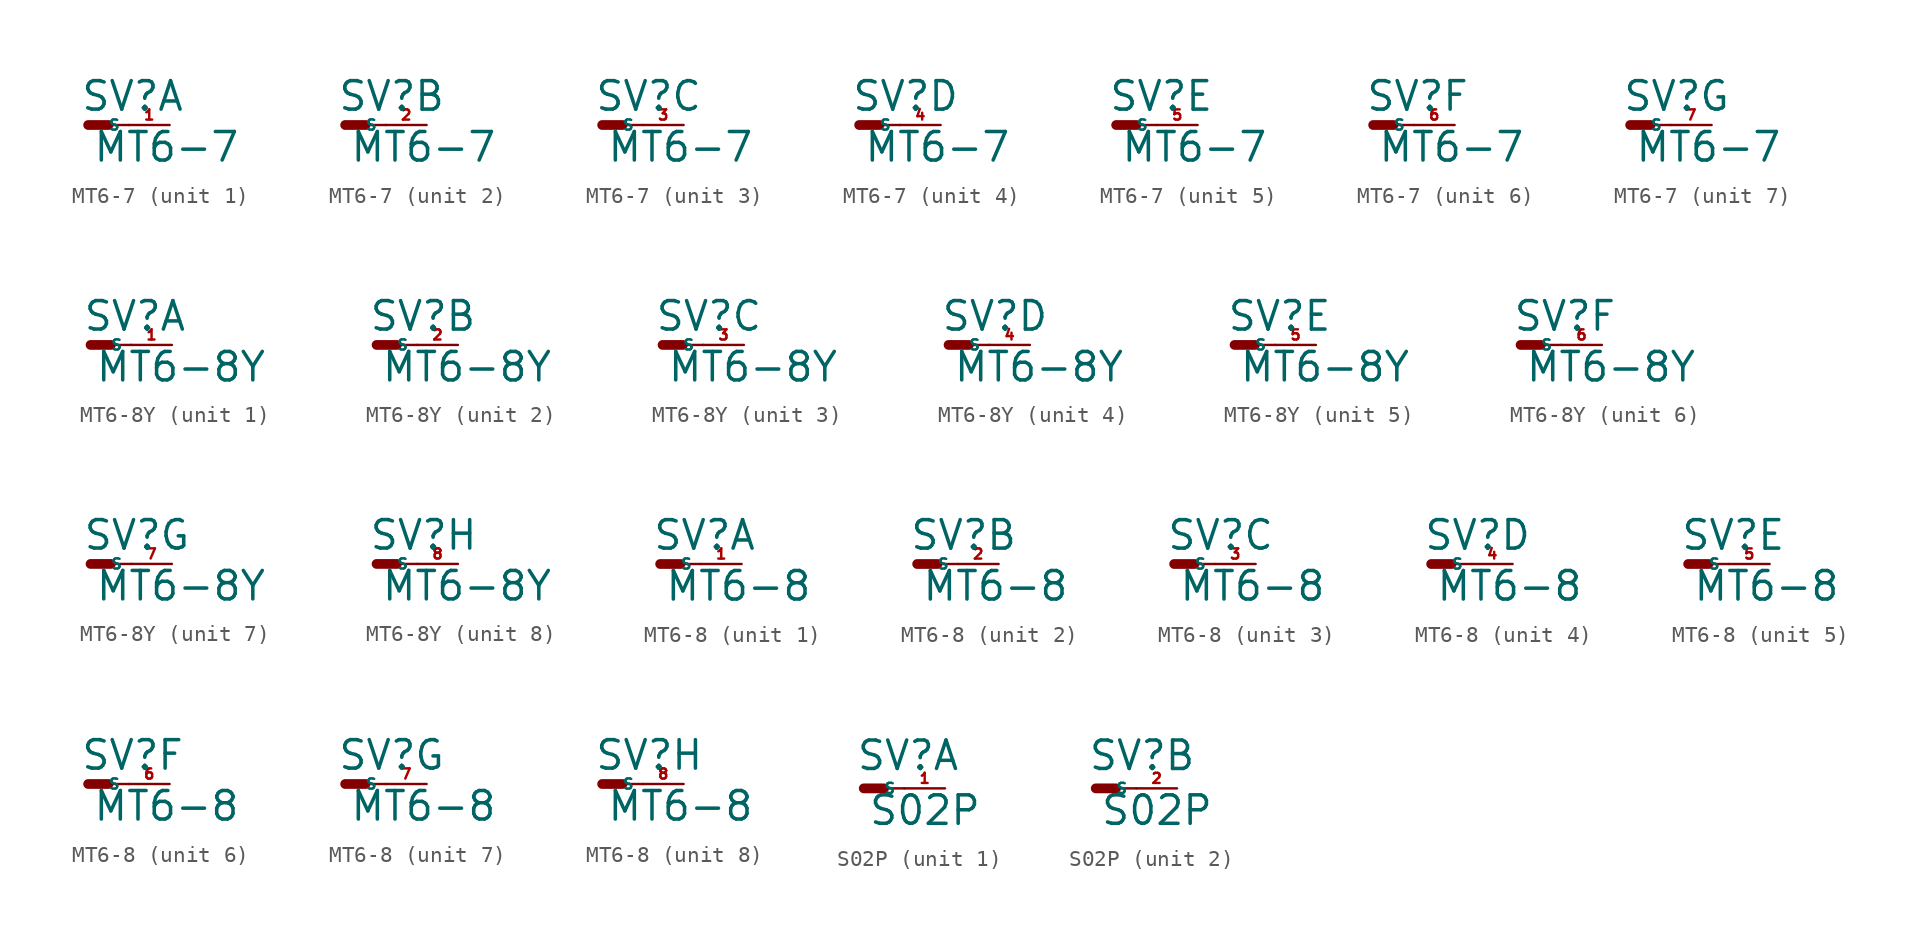
<source format=kicad_sym>
(kicad_symbol_lib
  (version 20220914)
  (generator Eagle2Kicad)
  (symbol "MT6-7"
    (property "Reference" "SV"
      (at -0.508 0.762 0)
      (effects (font (size 1.778 1.778) (thickness 0.22)) (justify left bottom)))
    (property "Value" "MT6-7"
      (at 0.254 -2.413 0)
      (effects (font (size 1.778 1.778) (thickness 0.22)) (justify left bottom)))
    (symbol "MT6-7_1_0"
      (polyline (pts (xy 1.27 0) (xy 2.54 0)) (stroke (width 0.152) (type default)) (fill (type none)))
      (polyline (pts (xy 0 0) (xy 1.27 0)) (stroke (width 0.61) (type default)) (fill (type none)))
      (pin passive line (at 5.08 0 180) (length 2.54) (name "S" (effects (font (size 0.635 0.635) (thickness 0.08)) (justify left bottom))) (number "1" (effects (font (size 0.635 0.635) (thickness 0.08)) (justify left bottom)))))
    (symbol "MT6-7_2_0"
      (polyline (pts (xy 1.27 0) (xy 2.54 0)) (stroke (width 0.152) (type default)) (fill (type none)))
      (polyline (pts (xy 0 0) (xy 1.27 0)) (stroke (width 0.61) (type default)) (fill (type none)))
      (pin passive line (at 5.08 0 180) (length 2.54) (name "S" (effects (font (size 0.635 0.635) (thickness 0.08)) (justify left bottom))) (number "2" (effects (font (size 0.635 0.635) (thickness 0.08)) (justify left bottom)))))
    (symbol "MT6-7_3_0"
      (polyline (pts (xy 1.27 0) (xy 2.54 0)) (stroke (width 0.152) (type default)) (fill (type none)))
      (polyline (pts (xy 0 0) (xy 1.27 0)) (stroke (width 0.61) (type default)) (fill (type none)))
      (pin passive line (at 5.08 0 180) (length 2.54) (name "S" (effects (font (size 0.635 0.635) (thickness 0.08)) (justify left bottom))) (number "3" (effects (font (size 0.635 0.635) (thickness 0.08)) (justify left bottom)))))
    (symbol "MT6-7_4_0"
      (polyline (pts (xy 1.27 0) (xy 2.54 0)) (stroke (width 0.152) (type default)) (fill (type none)))
      (polyline (pts (xy 0 0) (xy 1.27 0)) (stroke (width 0.61) (type default)) (fill (type none)))
      (pin passive line (at 5.08 0 180) (length 2.54) (name "S" (effects (font (size 0.635 0.635) (thickness 0.08)) (justify left bottom))) (number "4" (effects (font (size 0.635 0.635) (thickness 0.08)) (justify left bottom)))))
    (symbol "MT6-7_5_0"
      (polyline (pts (xy 1.27 0) (xy 2.54 0)) (stroke (width 0.152) (type default)) (fill (type none)))
      (polyline (pts (xy 0 0) (xy 1.27 0)) (stroke (width 0.61) (type default)) (fill (type none)))
      (pin passive line (at 5.08 0 180) (length 2.54) (name "S" (effects (font (size 0.635 0.635) (thickness 0.08)) (justify left bottom))) (number "5" (effects (font (size 0.635 0.635) (thickness 0.08)) (justify left bottom)))))
    (symbol "MT6-7_6_0"
      (polyline (pts (xy 1.27 0) (xy 2.54 0)) (stroke (width 0.152) (type default)) (fill (type none)))
      (polyline (pts (xy 0 0) (xy 1.27 0)) (stroke (width 0.61) (type default)) (fill (type none)))
      (pin passive line (at 5.08 0 180) (length 2.54) (name "S" (effects (font (size 0.635 0.635) (thickness 0.08)) (justify left bottom))) (number "6" (effects (font (size 0.635 0.635) (thickness 0.08)) (justify left bottom)))))
    (symbol "MT6-7_7_0"
      (polyline (pts (xy 1.27 0) (xy 2.54 0)) (stroke (width 0.152) (type default)) (fill (type none)))
      (polyline (pts (xy 0 0) (xy 1.27 0)) (stroke (width 0.61) (type default)) (fill (type none)))
      (pin passive line (at 5.08 0 180) (length 2.54) (name "S" (effects (font (size 0.635 0.635) (thickness 0.08)) (justify left bottom))) (number "7" (effects (font (size 0.635 0.635) (thickness 0.08)) (justify left bottom))))))
  (symbol "MT6-8Y"
    (property "Reference" "SV"
      (at -0.508 0.762 0)
      (effects (font (size 1.778 1.778) (thickness 0.22)) (justify left bottom)))
    (property "Value" "MT6-8Y"
      (at 0.254 -2.413 0)
      (effects (font (size 1.778 1.778) (thickness 0.22)) (justify left bottom)))
    (symbol "MT6-8Y_1_0"
      (polyline (pts (xy 1.27 0) (xy 2.54 0)) (stroke (width 0.152) (type default)) (fill (type none)))
      (polyline (pts (xy 0 0) (xy 1.27 0)) (stroke (width 0.61) (type default)) (fill (type none)))
      (pin passive line (at 5.08 0 180) (length 2.54) (name "S" (effects (font (size 0.635 0.635) (thickness 0.08)) (justify left bottom))) (number "1" (effects (font (size 0.635 0.635) (thickness 0.08)) (justify left bottom)))))
    (symbol "MT6-8Y_2_0"
      (polyline (pts (xy 1.27 0) (xy 2.54 0)) (stroke (width 0.152) (type default)) (fill (type none)))
      (polyline (pts (xy 0 0) (xy 1.27 0)) (stroke (width 0.61) (type default)) (fill (type none)))
      (pin passive line (at 5.08 0 180) (length 2.54) (name "S" (effects (font (size 0.635 0.635) (thickness 0.08)) (justify left bottom))) (number "2" (effects (font (size 0.635 0.635) (thickness 0.08)) (justify left bottom)))))
    (symbol "MT6-8Y_3_0"
      (polyline (pts (xy 1.27 0) (xy 2.54 0)) (stroke (width 0.152) (type default)) (fill (type none)))
      (polyline (pts (xy 0 0) (xy 1.27 0)) (stroke (width 0.61) (type default)) (fill (type none)))
      (pin passive line (at 5.08 0 180) (length 2.54) (name "S" (effects (font (size 0.635 0.635) (thickness 0.08)) (justify left bottom))) (number "3" (effects (font (size 0.635 0.635) (thickness 0.08)) (justify left bottom)))))
    (symbol "MT6-8Y_4_0"
      (polyline (pts (xy 1.27 0) (xy 2.54 0)) (stroke (width 0.152) (type default)) (fill (type none)))
      (polyline (pts (xy 0 0) (xy 1.27 0)) (stroke (width 0.61) (type default)) (fill (type none)))
      (pin passive line (at 5.08 0 180) (length 2.54) (name "S" (effects (font (size 0.635 0.635) (thickness 0.08)) (justify left bottom))) (number "4" (effects (font (size 0.635 0.635) (thickness 0.08)) (justify left bottom)))))
    (symbol "MT6-8Y_5_0"
      (polyline (pts (xy 1.27 0) (xy 2.54 0)) (stroke (width 0.152) (type default)) (fill (type none)))
      (polyline (pts (xy 0 0) (xy 1.27 0)) (stroke (width 0.61) (type default)) (fill (type none)))
      (pin passive line (at 5.08 0 180) (length 2.54) (name "S" (effects (font (size 0.635 0.635) (thickness 0.08)) (justify left bottom))) (number "5" (effects (font (size 0.635 0.635) (thickness 0.08)) (justify left bottom)))))
    (symbol "MT6-8Y_6_0"
      (polyline (pts (xy 1.27 0) (xy 2.54 0)) (stroke (width 0.152) (type default)) (fill (type none)))
      (polyline (pts (xy 0 0) (xy 1.27 0)) (stroke (width 0.61) (type default)) (fill (type none)))
      (pin passive line (at 5.08 0 180) (length 2.54) (name "S" (effects (font (size 0.635 0.635) (thickness 0.08)) (justify left bottom))) (number "6" (effects (font (size 0.635 0.635) (thickness 0.08)) (justify left bottom)))))
    (symbol "MT6-8Y_7_0"
      (polyline (pts (xy 1.27 0) (xy 2.54 0)) (stroke (width 0.152) (type default)) (fill (type none)))
      (polyline (pts (xy 0 0) (xy 1.27 0)) (stroke (width 0.61) (type default)) (fill (type none)))
      (pin passive line (at 5.08 0 180) (length 2.54) (name "S" (effects (font (size 0.635 0.635) (thickness 0.08)) (justify left bottom))) (number "7" (effects (font (size 0.635 0.635) (thickness 0.08)) (justify left bottom)))))
    (symbol "MT6-8Y_8_0"
      (polyline (pts (xy 1.27 0) (xy 2.54 0)) (stroke (width 0.152) (type default)) (fill (type none)))
      (polyline (pts (xy 0 0) (xy 1.27 0)) (stroke (width 0.61) (type default)) (fill (type none)))
      (pin passive line (at 5.08 0 180) (length 2.54) (name "S" (effects (font (size 0.635 0.635) (thickness 0.08)) (justify left bottom))) (number "8" (effects (font (size 0.635 0.635) (thickness 0.08)) (justify left bottom))))))
  (symbol "MT6-8"
    (property "Reference" "SV"
      (at -0.508 0.762 0)
      (effects (font (size 1.778 1.778) (thickness 0.22)) (justify left bottom)))
    (property "Value" "MT6-8"
      (at 0.254 -2.413 0)
      (effects (font (size 1.778 1.778) (thickness 0.22)) (justify left bottom)))
    (symbol "MT6-8_1_0"
      (polyline (pts (xy 1.27 0) (xy 2.54 0)) (stroke (width 0.152) (type default)) (fill (type none)))
      (polyline (pts (xy 0 0) (xy 1.27 0)) (stroke (width 0.61) (type default)) (fill (type none)))
      (pin passive line (at 5.08 0 180) (length 2.54) (name "S" (effects (font (size 0.635 0.635) (thickness 0.08)) (justify left bottom))) (number "1" (effects (font (size 0.635 0.635) (thickness 0.08)) (justify left bottom)))))
    (symbol "MT6-8_2_0"
      (polyline (pts (xy 1.27 0) (xy 2.54 0)) (stroke (width 0.152) (type default)) (fill (type none)))
      (polyline (pts (xy 0 0) (xy 1.27 0)) (stroke (width 0.61) (type default)) (fill (type none)))
      (pin passive line (at 5.08 0 180) (length 2.54) (name "S" (effects (font (size 0.635 0.635) (thickness 0.08)) (justify left bottom))) (number "2" (effects (font (size 0.635 0.635) (thickness 0.08)) (justify left bottom)))))
    (symbol "MT6-8_3_0"
      (polyline (pts (xy 1.27 0) (xy 2.54 0)) (stroke (width 0.152) (type default)) (fill (type none)))
      (polyline (pts (xy 0 0) (xy 1.27 0)) (stroke (width 0.61) (type default)) (fill (type none)))
      (pin passive line (at 5.08 0 180) (length 2.54) (name "S" (effects (font (size 0.635 0.635) (thickness 0.08)) (justify left bottom))) (number "3" (effects (font (size 0.635 0.635) (thickness 0.08)) (justify left bottom)))))
    (symbol "MT6-8_4_0"
      (polyline (pts (xy 1.27 0) (xy 2.54 0)) (stroke (width 0.152) (type default)) (fill (type none)))
      (polyline (pts (xy 0 0) (xy 1.27 0)) (stroke (width 0.61) (type default)) (fill (type none)))
      (pin passive line (at 5.08 0 180) (length 2.54) (name "S" (effects (font (size 0.635 0.635) (thickness 0.08)) (justify left bottom))) (number "4" (effects (font (size 0.635 0.635) (thickness 0.08)) (justify left bottom)))))
    (symbol "MT6-8_5_0"
      (polyline (pts (xy 1.27 0) (xy 2.54 0)) (stroke (width 0.152) (type default)) (fill (type none)))
      (polyline (pts (xy 0 0) (xy 1.27 0)) (stroke (width 0.61) (type default)) (fill (type none)))
      (pin passive line (at 5.08 0 180) (length 2.54) (name "S" (effects (font (size 0.635 0.635) (thickness 0.08)) (justify left bottom))) (number "5" (effects (font (size 0.635 0.635) (thickness 0.08)) (justify left bottom)))))
    (symbol "MT6-8_6_0"
      (polyline (pts (xy 1.27 0) (xy 2.54 0)) (stroke (width 0.152) (type default)) (fill (type none)))
      (polyline (pts (xy 0 0) (xy 1.27 0)) (stroke (width 0.61) (type default)) (fill (type none)))
      (pin passive line (at 5.08 0 180) (length 2.54) (name "S" (effects (font (size 0.635 0.635) (thickness 0.08)) (justify left bottom))) (number "6" (effects (font (size 0.635 0.635) (thickness 0.08)) (justify left bottom)))))
    (symbol "MT6-8_7_0"
      (polyline (pts (xy 1.27 0) (xy 2.54 0)) (stroke (width 0.152) (type default)) (fill (type none)))
      (polyline (pts (xy 0 0) (xy 1.27 0)) (stroke (width 0.61) (type default)) (fill (type none)))
      (pin passive line (at 5.08 0 180) (length 2.54) (name "S" (effects (font (size 0.635 0.635) (thickness 0.08)) (justify left bottom))) (number "7" (effects (font (size 0.635 0.635) (thickness 0.08)) (justify left bottom)))))
    (symbol "MT6-8_8_0"
      (polyline (pts (xy 1.27 0) (xy 2.54 0)) (stroke (width 0.152) (type default)) (fill (type none)))
      (polyline (pts (xy 0 0) (xy 1.27 0)) (stroke (width 0.61) (type default)) (fill (type none)))
      (pin passive line (at 5.08 0 180) (length 2.54) (name "S" (effects (font (size 0.635 0.635) (thickness 0.08)) (justify left bottom))) (number "8" (effects (font (size 0.635 0.635) (thickness 0.08)) (justify left bottom))))))
  (symbol "S02P"
    (property "Reference" "SV"
      (at -0.508 1.016 0)
      (effects (font (size 1.778 1.778) (thickness 0.22)) (justify left bottom)))
    (property "Value" "S02P"
      (at 0.254 -2.413 0)
      (effects (font (size 1.778 1.778) (thickness 0.22)) (justify left bottom)))
    (symbol "S02P_1_0"
      (polyline (pts (xy 1.27 0) (xy 2.54 0)) (stroke (width 0.152) (type default)) (fill (type none)))
      (polyline (pts (xy 0 0) (xy 1.27 0)) (stroke (width 0.61) (type default)) (fill (type none)))
      (pin passive line (at 5.08 0 180) (length 2.54) (name "S" (effects (font (size 0.635 0.635) (thickness 0.08)) (justify left bottom))) (number "1" (effects (font (size 0.635 0.635) (thickness 0.08)) (justify left bottom)))))
    (symbol "S02P_2_0"
      (polyline (pts (xy 1.27 0) (xy 2.54 0)) (stroke (width 0.152) (type default)) (fill (type none)))
      (polyline (pts (xy 0 0) (xy 1.27 0)) (stroke (width 0.61) (type default)) (fill (type none)))
      (pin passive line (at 5.08 0 180) (length 2.54) (name "S" (effects (font (size 0.635 0.635) (thickness 0.08)) (justify left bottom))) (number "2" (effects (font (size 0.635 0.635) (thickness 0.08)) (justify left bottom)))))))
</source>
